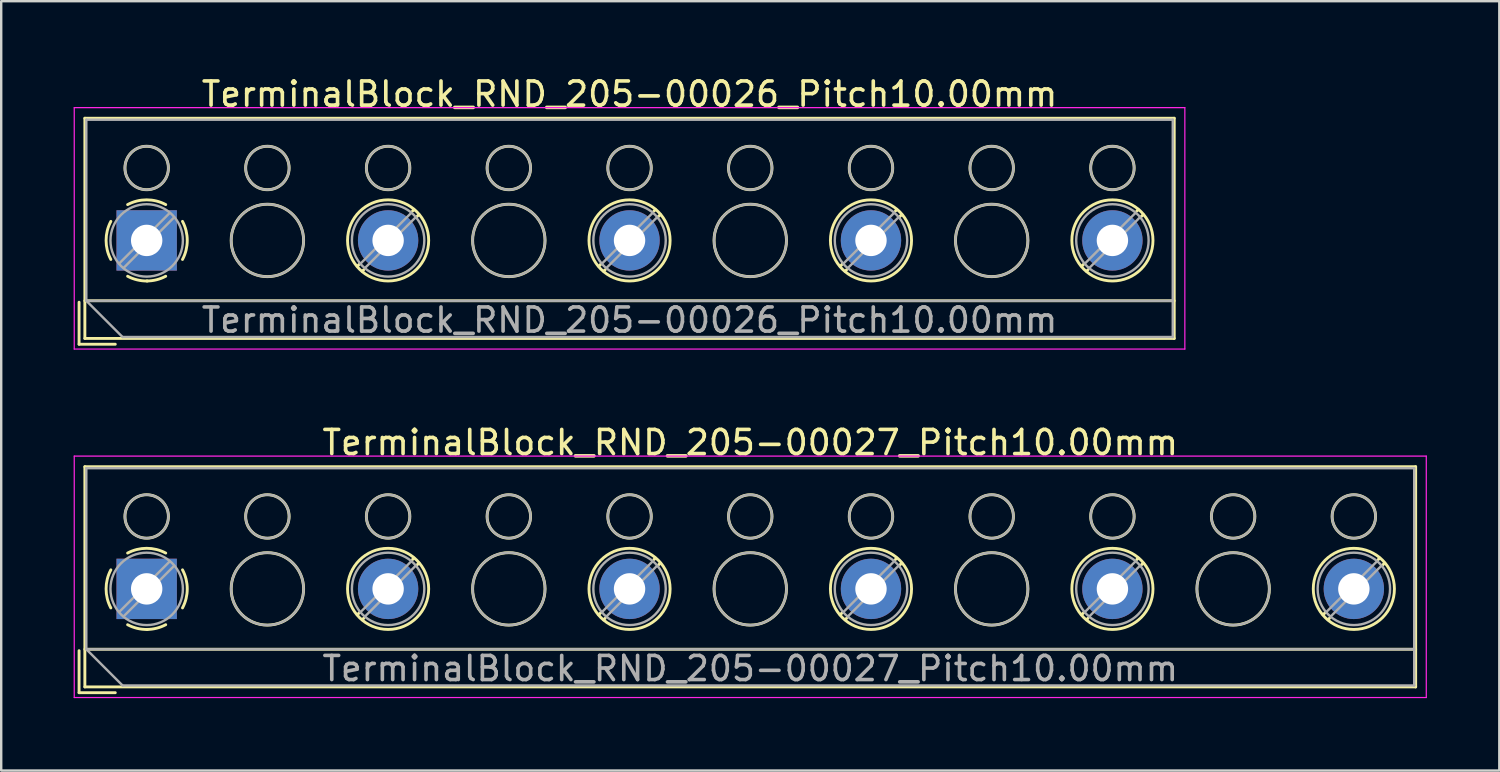
<source format=kicad_pcb>
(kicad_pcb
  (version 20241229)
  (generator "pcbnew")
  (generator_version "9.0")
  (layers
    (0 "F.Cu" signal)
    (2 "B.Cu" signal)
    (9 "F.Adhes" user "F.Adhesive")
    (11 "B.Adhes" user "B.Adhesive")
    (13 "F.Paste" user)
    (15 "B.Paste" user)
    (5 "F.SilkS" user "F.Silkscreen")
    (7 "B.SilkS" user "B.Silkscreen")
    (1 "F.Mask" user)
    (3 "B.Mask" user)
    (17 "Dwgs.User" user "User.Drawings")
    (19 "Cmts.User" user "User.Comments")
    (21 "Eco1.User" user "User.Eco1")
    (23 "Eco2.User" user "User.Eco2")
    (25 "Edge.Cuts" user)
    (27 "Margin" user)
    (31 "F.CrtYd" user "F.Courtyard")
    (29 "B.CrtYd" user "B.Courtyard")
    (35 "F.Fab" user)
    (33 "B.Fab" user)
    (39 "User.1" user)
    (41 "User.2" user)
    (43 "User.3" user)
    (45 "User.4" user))
  (footprint "TerminalBlock_RND_205-00026_Pitch10.00mm"
    (layer "F.Cu")
    (at 3.025 6.908)
    (property "Reference" "TerminalBlock_RND_205-00026_Pitch10.00mm" (at 20 -6.06 0) (layer "F.SilkS") (effects (font (size 1 1) (thickness 0.15))))
    (attr through_hole)
    (fp_line (start -2.8 2.56) (end -2.8 4.3) (stroke (width 0.12) (type solid)) (layer "F.SilkS"))
    (fp_line (start -2.8 4.3) (end -1.3 4.3) (stroke (width 0.12) (type solid)) (layer "F.SilkS"))
    (fp_line (start -2.56 -5.06) (end -2.56 4.06) (stroke (width 0.12) (type solid)) (layer "F.SilkS"))
    (fp_line (start -2.56 2.5) (end 42.56 2.5) (stroke (width 0.12) (type solid)) (layer "F.SilkS"))
    (fp_line (start -2.56 4.06) (end 42.56 4.06) (stroke (width 0.12) (type solid)) (layer "F.SilkS"))
    (fp_line (start 8.82 0.976) (end 8.726 1.069) (stroke (width 0.12) (type solid)) (layer "F.SilkS"))
    (fp_line (start 8.99 1.216) (end 8.931 1.274) (stroke (width 0.12) (type solid)) (layer "F.SilkS"))
    (fp_line (start 11.07 -1.275) (end 11.011 -1.216) (stroke (width 0.12) (type solid)) (layer "F.SilkS"))
    (fp_line (start 11.275 -1.069) (end 11.181 -0.976) (stroke (width 0.12) (type solid)) (layer "F.SilkS"))
    (fp_line (start 18.82 0.976) (end 18.726 1.069) (stroke (width 0.12) (type solid)) (layer "F.SilkS"))
    (fp_line (start 18.99 1.216) (end 18.931 1.274) (stroke (width 0.12) (type solid)) (layer "F.SilkS"))
    (fp_line (start 21.07 -1.275) (end 21.011 -1.216) (stroke (width 0.12) (type solid)) (layer "F.SilkS"))
    (fp_line (start 21.275 -1.069) (end 21.181 -0.976) (stroke (width 0.12) (type solid)) (layer "F.SilkS"))
    (fp_line (start 28.82 0.976) (end 28.726 1.069) (stroke (width 0.12) (type solid)) (layer "F.SilkS"))
    (fp_line (start 28.99 1.216) (end 28.931 1.274) (stroke (width 0.12) (type solid)) (layer "F.SilkS"))
    (fp_line (start 31.07 -1.275) (end 31.011 -1.216) (stroke (width 0.12) (type solid)) (layer "F.SilkS"))
    (fp_line (start 31.275 -1.069) (end 31.181 -0.976) (stroke (width 0.12) (type solid)) (layer "F.SilkS"))
    (fp_line (start 38.82 0.976) (end 38.726 1.069) (stroke (width 0.12) (type solid)) (layer "F.SilkS"))
    (fp_line (start 38.99 1.216) (end 38.931 1.274) (stroke (width 0.12) (type solid)) (layer "F.SilkS"))
    (fp_line (start 41.07 -1.275) (end 41.011 -1.216) (stroke (width 0.12) (type solid)) (layer "F.SilkS"))
    (fp_line (start 41.275 -1.069) (end 41.181 -0.976) (stroke (width 0.12) (type solid)) (layer "F.SilkS"))
    (fp_line (start 42.56 -5.06) (end -2.56 -5.06) (stroke (width 0.12) (type solid)) (layer "F.SilkS"))
    (fp_line (start 42.56 4.06) (end 42.56 -5.06) (stroke (width 0.12) (type solid)) (layer "F.SilkS"))
    (fp_arc (start -1.483953 0.789089) (mid -1.680708 0.00005) (end -1.484 -0.789) (stroke (width 0.12) (type solid)) (layer "F.SilkS"))
    (fp_arc (start -0.789089 -1.483953) (mid -0.00005 -1.680708) (end 0.789 -1.484) (stroke (width 0.12) (type solid)) (layer "F.SilkS"))
    (fp_arc (start 0.029383 1.68045) (mid -0.392304 1.634281) (end -0.789 1.484) (stroke (width 0.12) (type solid)) (layer "F.SilkS"))
    (fp_arc (start 0.788712 1.483352) (mid 0.406429 1.630097) (end 0 1.68) (stroke (width 0.12) (type solid)) (layer "F.SilkS"))
    (fp_arc (start 1.483953 -0.789089) (mid 1.680708 -0.00005) (end 1.484 0.789) (stroke (width 0.12) (type solid)) (layer "F.SilkS"))
    (fp_circle (center 0 -3) (end 0.9 -3) (stroke (width 0.12) (type solid)) (fill no) (layer "F.SilkS"))
    (fp_circle (center 5 -3) (end 5.9 -3) (stroke (width 0.12) (type solid)) (fill no) (layer "F.SilkS"))
    (fp_circle (center 5 0) (end 6.5 0) (stroke (width 0.12) (type solid)) (fill no) (layer "F.SilkS"))
    (fp_circle (center 10 -3) (end 10.9 -3) (stroke (width 0.12) (type solid)) (fill no) (layer "F.SilkS"))
    (fp_circle (center 10 0) (end 11.68 0) (stroke (width 0.12) (type solid)) (fill no) (layer "F.SilkS"))
    (fp_circle (center 15 -3) (end 15.9 -3) (stroke (width 0.12) (type solid)) (fill no) (layer "F.SilkS"))
    (fp_circle (center 15 0) (end 16.5 0) (stroke (width 0.12) (type solid)) (fill no) (layer "F.SilkS"))
    (fp_circle (center 20 -3) (end 20.9 -3) (stroke (width 0.12) (type solid)) (fill no) (layer "F.SilkS"))
    (fp_circle (center 20 0) (end 21.68 0) (stroke (width 0.12) (type solid)) (fill no) (layer "F.SilkS"))
    (fp_circle (center 25 -3) (end 25.9 -3) (stroke (width 0.12) (type solid)) (fill no) (layer "F.SilkS"))
    (fp_circle (center 25 0) (end 26.5 0) (stroke (width 0.12) (type solid)) (fill no) (layer "F.SilkS"))
    (fp_circle (center 30 -3) (end 30.9 -3) (stroke (width 0.12) (type solid)) (fill no) (layer "F.SilkS"))
    (fp_circle (center 30 0) (end 31.68 0) (stroke (width 0.12) (type solid)) (fill no) (layer "F.SilkS"))
    (fp_circle (center 35 -3) (end 35.9 -3) (stroke (width 0.12) (type solid)) (fill no) (layer "F.SilkS"))
    (fp_circle (center 35 0) (end 36.5 0) (stroke (width 0.12) (type solid)) (fill no) (layer "F.SilkS"))
    (fp_circle (center 40 -3) (end 40.9 -3) (stroke (width 0.12) (type solid)) (fill no) (layer "F.SilkS"))
    (fp_circle (center 40 0) (end 41.68 0) (stroke (width 0.12) (type solid)) (fill no) (layer "F.SilkS"))
    (fp_line (start -3 -5.5) (end -3 4.5) (stroke (width 0.05) (type solid)) (layer "F.CrtYd"))
    (fp_line (start -3 4.5) (end 43 4.5) (stroke (width 0.05) (type solid)) (layer "F.CrtYd"))
    (fp_line (start 43 -5.5) (end -3 -5.5) (stroke (width 0.05) (type solid)) (layer "F.CrtYd"))
    (fp_line (start 43 4.5) (end 43 -5.5) (stroke (width 0.05) (type solid)) (layer "F.CrtYd"))
    (fp_line (start -2.5 -5) (end 42.5 -5) (stroke (width 0.1) (type solid)) (layer "F.Fab"))
    (fp_line (start -2.5 2.5) (end -2.5 -5) (stroke (width 0.1) (type solid)) (layer "F.Fab"))
    (fp_line (start -2.5 2.5) (end 42.5 2.5) (stroke (width 0.1) (type solid)) (layer "F.Fab"))
    (fp_line (start -1 4) (end -2.5 2.5) (stroke (width 0.1) (type solid)) (layer "F.Fab"))
    (fp_line (start 0.955 -1.138) (end -1.138 0.955) (stroke (width 0.1) (type solid)) (layer "F.Fab"))
    (fp_line (start 1.138 -0.955) (end -0.955 1.138) (stroke (width 0.1) (type solid)) (layer "F.Fab"))
    (fp_line (start 10.955 -1.138) (end 8.863 0.955) (stroke (width 0.1) (type solid)) (layer "F.Fab"))
    (fp_line (start 11.138 -0.955) (end 9.046 1.138) (stroke (width 0.1) (type solid)) (layer "F.Fab"))
    (fp_line (start 20.955 -1.138) (end 18.863 0.955) (stroke (width 0.1) (type solid)) (layer "F.Fab"))
    (fp_line (start 21.138 -0.955) (end 19.046 1.138) (stroke (width 0.1) (type solid)) (layer "F.Fab"))
    (fp_line (start 30.955 -1.138) (end 28.863 0.955) (stroke (width 0.1) (type solid)) (layer "F.Fab"))
    (fp_line (start 31.138 -0.955) (end 29.046 1.138) (stroke (width 0.1) (type solid)) (layer "F.Fab"))
    (fp_line (start 40.955 -1.138) (end 38.863 0.955) (stroke (width 0.1) (type solid)) (layer "F.Fab"))
    (fp_line (start 41.138 -0.955) (end 39.046 1.138) (stroke (width 0.1) (type solid)) (layer "F.Fab"))
    (fp_line (start 42.5 -5) (end 42.5 4) (stroke (width 0.1) (type solid)) (layer "F.Fab"))
    (fp_line (start 42.5 4) (end -1 4) (stroke (width 0.1) (type solid)) (layer "F.Fab"))
    (fp_circle (center 0 -3) (end 0.9 -3) (stroke (width 0.1) (type solid)) (fill no) (layer "F.Fab"))
    (fp_circle (center 0 0) (end 1.5 0) (stroke (width 0.1) (type solid)) (fill no) (layer "F.Fab"))
    (fp_circle (center 5 -3) (end 5.9 -3) (stroke (width 0.1) (type solid)) (fill no) (layer "F.Fab"))
    (fp_circle (center 5 0) (end 6.5 0) (stroke (width 0.1) (type solid)) (fill no) (layer "F.Fab"))
    (fp_circle (center 10 -3) (end 10.9 -3) (stroke (width 0.1) (type solid)) (fill no) (layer "F.Fab"))
    (fp_circle (center 10 0) (end 11.5 0) (stroke (width 0.1) (type solid)) (fill no) (layer "F.Fab"))
    (fp_circle (center 15 -3) (end 15.9 -3) (stroke (width 0.1) (type solid)) (fill no) (layer "F.Fab"))
    (fp_circle (center 15 0) (end 16.5 0) (stroke (width 0.1) (type solid)) (fill no) (layer "F.Fab"))
    (fp_circle (center 20 -3) (end 20.9 -3) (stroke (width 0.1) (type solid)) (fill no) (layer "F.Fab"))
    (fp_circle (center 20 0) (end 21.5 0) (stroke (width 0.1) (type solid)) (fill no) (layer "F.Fab"))
    (fp_circle (center 25 -3) (end 25.9 -3) (stroke (width 0.1) (type solid)) (fill no) (layer "F.Fab"))
    (fp_circle (center 25 0) (end 26.5 0) (stroke (width 0.1) (type solid)) (fill no) (layer "F.Fab"))
    (fp_circle (center 30 -3) (end 30.9 -3) (stroke (width 0.1) (type solid)) (fill no) (layer "F.Fab"))
    (fp_circle (center 30 0) (end 31.5 0) (stroke (width 0.1) (type solid)) (fill no) (layer "F.Fab"))
    (fp_circle (center 35 -3) (end 35.9 -3) (stroke (width 0.1) (type solid)) (fill no) (layer "F.Fab"))
    (fp_circle (center 35 0) (end 36.5 0) (stroke (width 0.1) (type solid)) (fill no) (layer "F.Fab"))
    (fp_circle (center 40 -3) (end 40.9 -3) (stroke (width 0.1) (type solid)) (fill no) (layer "F.Fab"))
    (fp_circle (center 40 0) (end 41.5 0) (stroke (width 0.1) (type solid)) (fill no) (layer "F.Fab"))
    (fp_text user "${REFERENCE}" (at 20 3.3 0) (layer "F.Fab") (effects (font (size 1 1) (thickness 0.15))))
    (pad "1" thru_hole rect (at 0 0) (size 2.5 2.5) (drill 1.3) (layers "*.Cu" "*.Mask"))
    (pad "2" thru_hole circle (at 10 0) (size 2.5 2.5) (drill 1.3) (layers "*.Cu" "*.Mask"))
    (pad "3" thru_hole circle (at 20 0) (size 2.5 2.5) (drill 1.3) (layers "*.Cu" "*.Mask"))
    (pad "4" thru_hole circle (at 30 0) (size 2.5 2.5) (drill 1.3) (layers "*.Cu" "*.Mask"))
    (pad "5" thru_hole circle (at 40 0) (size 2.5 2.5) (drill 1.3) (layers "*.Cu" "*.Mask")))
  (footprint "TerminalBlock_RND_205-00027_Pitch10.00mm"
    (layer "F.Cu")
    (at 3.025 21.341)
    (property "Reference" "TerminalBlock_RND_205-00027_Pitch10.00mm" (at 25 -6.06 0) (layer "F.SilkS") (effects (font (size 1 1) (thickness 0.15))))
    (attr through_hole)
    (fp_line (start -2.8 2.56) (end -2.8 4.3) (stroke (width 0.12) (type solid)) (layer "F.SilkS"))
    (fp_line (start -2.8 4.3) (end -1.3 4.3) (stroke (width 0.12) (type solid)) (layer "F.SilkS"))
    (fp_line (start -2.56 -5.06) (end -2.56 4.06) (stroke (width 0.12) (type solid)) (layer "F.SilkS"))
    (fp_line (start -2.56 2.5) (end 52.56 2.5) (stroke (width 0.12) (type solid)) (layer "F.SilkS"))
    (fp_line (start -2.56 4.06) (end 52.56 4.06) (stroke (width 0.12) (type solid)) (layer "F.SilkS"))
    (fp_line (start 8.82 0.976) (end 8.726 1.069) (stroke (width 0.12) (type solid)) (layer "F.SilkS"))
    (fp_line (start 8.99 1.216) (end 8.931 1.274) (stroke (width 0.12) (type solid)) (layer "F.SilkS"))
    (fp_line (start 11.07 -1.275) (end 11.011 -1.216) (stroke (width 0.12) (type solid)) (layer "F.SilkS"))
    (fp_line (start 11.275 -1.069) (end 11.181 -0.976) (stroke (width 0.12) (type solid)) (layer "F.SilkS"))
    (fp_line (start 18.82 0.976) (end 18.726 1.069) (stroke (width 0.12) (type solid)) (layer "F.SilkS"))
    (fp_line (start 18.99 1.216) (end 18.931 1.274) (stroke (width 0.12) (type solid)) (layer "F.SilkS"))
    (fp_line (start 21.07 -1.275) (end 21.011 -1.216) (stroke (width 0.12) (type solid)) (layer "F.SilkS"))
    (fp_line (start 21.275 -1.069) (end 21.181 -0.976) (stroke (width 0.12) (type solid)) (layer "F.SilkS"))
    (fp_line (start 28.82 0.976) (end 28.726 1.069) (stroke (width 0.12) (type solid)) (layer "F.SilkS"))
    (fp_line (start 28.99 1.216) (end 28.931 1.274) (stroke (width 0.12) (type solid)) (layer "F.SilkS"))
    (fp_line (start 31.07 -1.275) (end 31.011 -1.216) (stroke (width 0.12) (type solid)) (layer "F.SilkS"))
    (fp_line (start 31.275 -1.069) (end 31.181 -0.976) (stroke (width 0.12) (type solid)) (layer "F.SilkS"))
    (fp_line (start 38.82 0.976) (end 38.726 1.069) (stroke (width 0.12) (type solid)) (layer "F.SilkS"))
    (fp_line (start 38.99 1.216) (end 38.931 1.274) (stroke (width 0.12) (type solid)) (layer "F.SilkS"))
    (fp_line (start 41.07 -1.275) (end 41.011 -1.216) (stroke (width 0.12) (type solid)) (layer "F.SilkS"))
    (fp_line (start 41.275 -1.069) (end 41.181 -0.976) (stroke (width 0.12) (type solid)) (layer "F.SilkS"))
    (fp_line (start 48.82 0.976) (end 48.726 1.069) (stroke (width 0.12) (type solid)) (layer "F.SilkS"))
    (fp_line (start 48.99 1.216) (end 48.931 1.274) (stroke (width 0.12) (type solid)) (layer "F.SilkS"))
    (fp_line (start 51.07 -1.275) (end 51.011 -1.216) (stroke (width 0.12) (type solid)) (layer "F.SilkS"))
    (fp_line (start 51.275 -1.069) (end 51.181 -0.976) (stroke (width 0.12) (type solid)) (layer "F.SilkS"))
    (fp_line (start 52.56 -5.06) (end -2.56 -5.06) (stroke (width 0.12) (type solid)) (layer "F.SilkS"))
    (fp_line (start 52.56 4.06) (end 52.56 -5.06) (stroke (width 0.12) (type solid)) (layer "F.SilkS"))
    (fp_arc (start -1.483953 0.789089) (mid -1.680708 0.00005) (end -1.484 -0.789) (stroke (width 0.12) (type solid)) (layer "F.SilkS"))
    (fp_arc (start -0.789089 -1.483953) (mid -0.00005 -1.680708) (end 0.789 -1.484) (stroke (width 0.12) (type solid)) (layer "F.SilkS"))
    (fp_arc (start 0.029383 1.68045) (mid -0.392304 1.634281) (end -0.789 1.484) (stroke (width 0.12) (type solid)) (layer "F.SilkS"))
    (fp_arc (start 0.788712 1.483352) (mid 0.406429 1.630097) (end 0 1.68) (stroke (width 0.12) (type solid)) (layer "F.SilkS"))
    (fp_arc (start 1.483953 -0.789089) (mid 1.680708 -0.00005) (end 1.484 0.789) (stroke (width 0.12) (type solid)) (layer "F.SilkS"))
    (fp_circle (center 0 -3) (end 0.9 -3) (stroke (width 0.12) (type solid)) (fill no) (layer "F.SilkS"))
    (fp_circle (center 5 -3) (end 5.9 -3) (stroke (width 0.12) (type solid)) (fill no) (layer "F.SilkS"))
    (fp_circle (center 5 0) (end 6.5 0) (stroke (width 0.12) (type solid)) (fill no) (layer "F.SilkS"))
    (fp_circle (center 10 -3) (end 10.9 -3) (stroke (width 0.12) (type solid)) (fill no) (layer "F.SilkS"))
    (fp_circle (center 10 0) (end 11.68 0) (stroke (width 0.12) (type solid)) (fill no) (layer "F.SilkS"))
    (fp_circle (center 15 -3) (end 15.9 -3) (stroke (width 0.12) (type solid)) (fill no) (layer "F.SilkS"))
    (fp_circle (center 15 0) (end 16.5 0) (stroke (width 0.12) (type solid)) (fill no) (layer "F.SilkS"))
    (fp_circle (center 20 -3) (end 20.9 -3) (stroke (width 0.12) (type solid)) (fill no) (layer "F.SilkS"))
    (fp_circle (center 20 0) (end 21.68 0) (stroke (width 0.12) (type solid)) (fill no) (layer "F.SilkS"))
    (fp_circle (center 25 -3) (end 25.9 -3) (stroke (width 0.12) (type solid)) (fill no) (layer "F.SilkS"))
    (fp_circle (center 25 0) (end 26.5 0) (stroke (width 0.12) (type solid)) (fill no) (layer "F.SilkS"))
    (fp_circle (center 30 -3) (end 30.9 -3) (stroke (width 0.12) (type solid)) (fill no) (layer "F.SilkS"))
    (fp_circle (center 30 0) (end 31.68 0) (stroke (width 0.12) (type solid)) (fill no) (layer "F.SilkS"))
    (fp_circle (center 35 -3) (end 35.9 -3) (stroke (width 0.12) (type solid)) (fill no) (layer "F.SilkS"))
    (fp_circle (center 35 0) (end 36.5 0) (stroke (width 0.12) (type solid)) (fill no) (layer "F.SilkS"))
    (fp_circle (center 40 -3) (end 40.9 -3) (stroke (width 0.12) (type solid)) (fill no) (layer "F.SilkS"))
    (fp_circle (center 40 0) (end 41.68 0) (stroke (width 0.12) (type solid)) (fill no) (layer "F.SilkS"))
    (fp_circle (center 45 -3) (end 45.9 -3) (stroke (width 0.12) (type solid)) (fill no) (layer "F.SilkS"))
    (fp_circle (center 45 0) (end 46.5 0) (stroke (width 0.12) (type solid)) (fill no) (layer "F.SilkS"))
    (fp_circle (center 50 -3) (end 50.9 -3) (stroke (width 0.12) (type solid)) (fill no) (layer "F.SilkS"))
    (fp_circle (center 50 0) (end 51.68 0) (stroke (width 0.12) (type solid)) (fill no) (layer "F.SilkS"))
    (fp_line (start -3 -5.5) (end -3 4.5) (stroke (width 0.05) (type solid)) (layer "F.CrtYd"))
    (fp_line (start -3 4.5) (end 53 4.5) (stroke (width 0.05) (type solid)) (layer "F.CrtYd"))
    (fp_line (start 53 -5.5) (end -3 -5.5) (stroke (width 0.05) (type solid)) (layer "F.CrtYd"))
    (fp_line (start 53 4.5) (end 53 -5.5) (stroke (width 0.05) (type solid)) (layer "F.CrtYd"))
    (fp_line (start -2.5 -5) (end 52.5 -5) (stroke (width 0.1) (type solid)) (layer "F.Fab"))
    (fp_line (start -2.5 2.5) (end -2.5 -5) (stroke (width 0.1) (type solid)) (layer "F.Fab"))
    (fp_line (start -2.5 2.5) (end 52.5 2.5) (stroke (width 0.1) (type solid)) (layer "F.Fab"))
    (fp_line (start -1 4) (end -2.5 2.5) (stroke (width 0.1) (type solid)) (layer "F.Fab"))
    (fp_line (start 0.955 -1.138) (end -1.138 0.955) (stroke (width 0.1) (type solid)) (layer "F.Fab"))
    (fp_line (start 1.138 -0.955) (end -0.955 1.138) (stroke (width 0.1) (type solid)) (layer "F.Fab"))
    (fp_line (start 10.955 -1.138) (end 8.863 0.955) (stroke (width 0.1) (type solid)) (layer "F.Fab"))
    (fp_line (start 11.138 -0.955) (end 9.046 1.138) (stroke (width 0.1) (type solid)) (layer "F.Fab"))
    (fp_line (start 20.955 -1.138) (end 18.863 0.955) (stroke (width 0.1) (type solid)) (layer "F.Fab"))
    (fp_line (start 21.138 -0.955) (end 19.046 1.138) (stroke (width 0.1) (type solid)) (layer "F.Fab"))
    (fp_line (start 30.955 -1.138) (end 28.863 0.955) (stroke (width 0.1) (type solid)) (layer "F.Fab"))
    (fp_line (start 31.138 -0.955) (end 29.046 1.138) (stroke (width 0.1) (type solid)) (layer "F.Fab"))
    (fp_line (start 40.955 -1.138) (end 38.863 0.955) (stroke (width 0.1) (type solid)) (layer "F.Fab"))
    (fp_line (start 41.138 -0.955) (end 39.046 1.138) (stroke (width 0.1) (type solid)) (layer "F.Fab"))
    (fp_line (start 50.955 -1.138) (end 48.863 0.955) (stroke (width 0.1) (type solid)) (layer "F.Fab"))
    (fp_line (start 51.138 -0.955) (end 49.046 1.138) (stroke (width 0.1) (type solid)) (layer "F.Fab"))
    (fp_line (start 52.5 -5) (end 52.5 4) (stroke (width 0.1) (type solid)) (layer "F.Fab"))
    (fp_line (start 52.5 4) (end -1 4) (stroke (width 0.1) (type solid)) (layer "F.Fab"))
    (fp_circle (center 0 -3) (end 0.9 -3) (stroke (width 0.1) (type solid)) (fill no) (layer "F.Fab"))
    (fp_circle (center 0 0) (end 1.5 0) (stroke (width 0.1) (type solid)) (fill no) (layer "F.Fab"))
    (fp_circle (center 5 -3) (end 5.9 -3) (stroke (width 0.1) (type solid)) (fill no) (layer "F.Fab"))
    (fp_circle (center 5 0) (end 6.5 0) (stroke (width 0.1) (type solid)) (fill no) (layer "F.Fab"))
    (fp_circle (center 10 -3) (end 10.9 -3) (stroke (width 0.1) (type solid)) (fill no) (layer "F.Fab"))
    (fp_circle (center 10 0) (end 11.5 0) (stroke (width 0.1) (type solid)) (fill no) (layer "F.Fab"))
    (fp_circle (center 15 -3) (end 15.9 -3) (stroke (width 0.1) (type solid)) (fill no) (layer "F.Fab"))
    (fp_circle (center 15 0) (end 16.5 0) (stroke (width 0.1) (type solid)) (fill no) (layer "F.Fab"))
    (fp_circle (center 20 -3) (end 20.9 -3) (stroke (width 0.1) (type solid)) (fill no) (layer "F.Fab"))
    (fp_circle (center 20 0) (end 21.5 0) (stroke (width 0.1) (type solid)) (fill no) (layer "F.Fab"))
    (fp_circle (center 25 -3) (end 25.9 -3) (stroke (width 0.1) (type solid)) (fill no) (layer "F.Fab"))
    (fp_circle (center 25 0) (end 26.5 0) (stroke (width 0.1) (type solid)) (fill no) (layer "F.Fab"))
    (fp_circle (center 30 -3) (end 30.9 -3) (stroke (width 0.1) (type solid)) (fill no) (layer "F.Fab"))
    (fp_circle (center 30 0) (end 31.5 0) (stroke (width 0.1) (type solid)) (fill no) (layer "F.Fab"))
    (fp_circle (center 35 -3) (end 35.9 -3) (stroke (width 0.1) (type solid)) (fill no) (layer "F.Fab"))
    (fp_circle (center 35 0) (end 36.5 0) (stroke (width 0.1) (type solid)) (fill no) (layer "F.Fab"))
    (fp_circle (center 40 -3) (end 40.9 -3) (stroke (width 0.1) (type solid)) (fill no) (layer "F.Fab"))
    (fp_circle (center 40 0) (end 41.5 0) (stroke (width 0.1) (type solid)) (fill no) (layer "F.Fab"))
    (fp_circle (center 45 -3) (end 45.9 -3) (stroke (width 0.1) (type solid)) (fill no) (layer "F.Fab"))
    (fp_circle (center 45 0) (end 46.5 0) (stroke (width 0.1) (type solid)) (fill no) (layer "F.Fab"))
    (fp_circle (center 50 -3) (end 50.9 -3) (stroke (width 0.1) (type solid)) (fill no) (layer "F.Fab"))
    (fp_circle (center 50 0) (end 51.5 0) (stroke (width 0.1) (type solid)) (fill no) (layer "F.Fab"))
    (fp_text user "${REFERENCE}" (at 25 3.3 0) (layer "F.Fab") (effects (font (size 1 1) (thickness 0.15))))
    (pad "1" thru_hole rect (at 0 0) (size 2.5 2.5) (drill 1.3) (layers "*.Cu" "*.Mask"))
    (pad "2" thru_hole circle (at 10 0) (size 2.5 2.5) (drill 1.3) (layers "*.Cu" "*.Mask"))
    (pad "3" thru_hole circle (at 20 0) (size 2.5 2.5) (drill 1.3) (layers "*.Cu" "*.Mask"))
    (pad "4" thru_hole circle (at 30 0) (size 2.5 2.5) (drill 1.3) (layers "*.Cu" "*.Mask"))
    (pad "5" thru_hole circle (at 40 0) (size 2.5 2.5) (drill 1.3) (layers "*.Cu" "*.Mask"))
    (pad "6" thru_hole circle (at 50 0) (size 2.5 2.5) (drill 1.3) (layers "*.Cu" "*.Mask")))
  (gr_rect
    (start -3 -3)
    (end 59.05 28.866)
    (stroke (width 0.1) (type default))
    (fill no)
    (layer "Edge.Cuts")))
</source>
